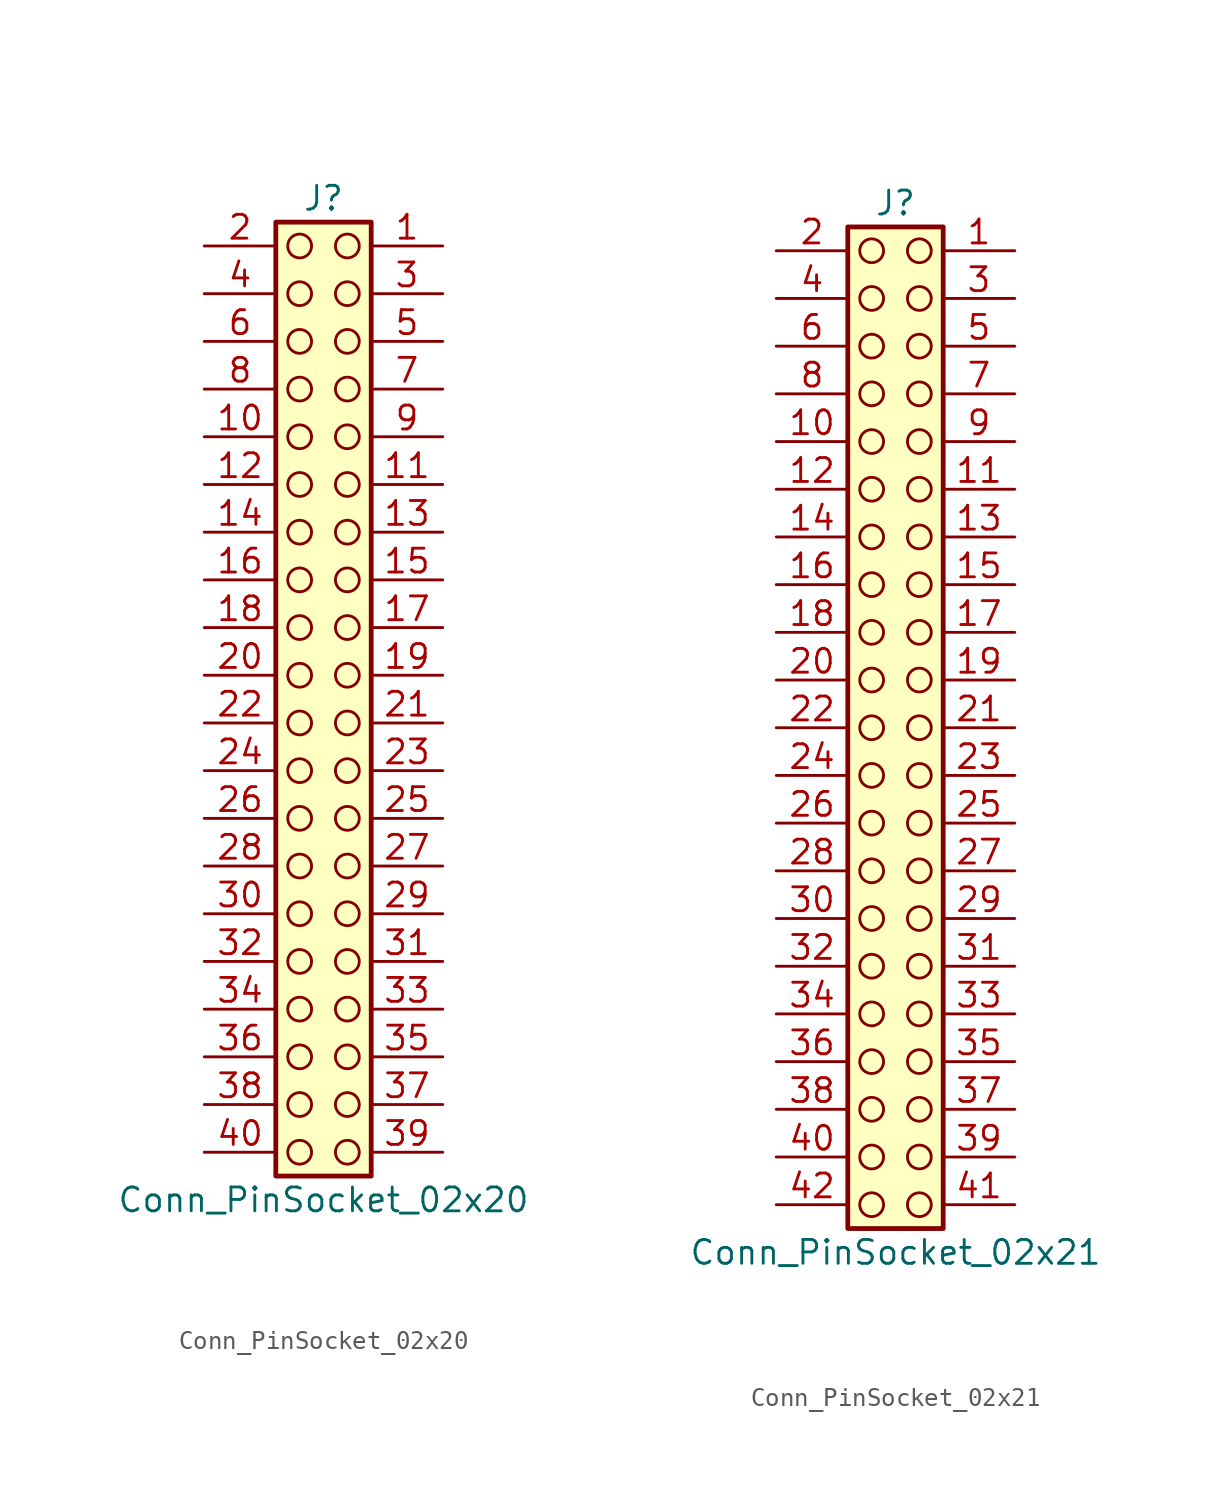
<source format=kicad_sym>
(kicad_symbol_lib
  (version 20241209)
  (generator "kicad_symbol_editor")
  (generator_version "9.0")
  (symbol "Conn_PinSocket_02x20"
    (pin_names
      (offset 1.016)
      (hide yes))
    (property "Reference" "J"
      (at 1.27 25.4 0)
      (effects (font (size 1.27 1.27))))
    (property "Value" "Conn_PinSocket_02x20"
      (at 1.27 -27.94 0)
      (effects (font (size 1.27 1.27))))
    (symbol "Conn_PinSocket_02x20_1_1"
      (rectangle (start -1.27 24.13) (end 3.81 -26.67) (stroke (width 0.254) (type default)) (fill (type background)))
      (circle (center 0 22.86) (radius 0.635) (stroke (width 0) (type solid) (color 132 0 0 1)) (fill (type none)))
      (circle (center 0 20.32) (radius 0.635) (stroke (width 0) (type solid) (color 132 0 0 1)) (fill (type none)))
      (circle (center 0 17.78) (radius 0.635) (stroke (width 0) (type solid) (color 132 0 0 1)) (fill (type none)))
      (circle (center 0 15.24) (radius 0.635) (stroke (width 0) (type solid) (color 132 0 0 1)) (fill (type none)))
      (circle (center 0 12.7) (radius 0.635) (stroke (width 0) (type solid) (color 132 0 0 1)) (fill (type none)))
      (circle (center 0 10.16) (radius 0.635) (stroke (width 0) (type solid) (color 132 0 0 1)) (fill (type none)))
      (circle (center 0 7.62) (radius 0.635) (stroke (width 0) (type solid) (color 132 0 0 1)) (fill (type none)))
      (circle (center 0 5.08) (radius 0.635) (stroke (width 0) (type solid) (color 132 0 0 1)) (fill (type none)))
      (circle (center 0 2.54) (radius 0.635) (stroke (width 0) (type solid) (color 132 0 0 1)) (fill (type none)))
      (circle (center 0 0) (radius 0.635) (stroke (width 0) (type solid) (color 132 0 0 1)) (fill (type none)))
      (circle (center 0 -2.54) (radius 0.635) (stroke (width 0) (type solid) (color 132 0 0 1)) (fill (type none)))
      (circle (center 0 -5.08) (radius 0.635) (stroke (width 0) (type solid) (color 132 0 0 1)) (fill (type none)))
      (circle (center 0 -7.62) (radius 0.635) (stroke (width 0) (type solid) (color 132 0 0 1)) (fill (type none)))
      (circle (center 0 -10.16) (radius 0.635) (stroke (width 0) (type solid) (color 132 0 0 1)) (fill (type none)))
      (circle (center 0 -12.7) (radius 0.635) (stroke (width 0) (type solid) (color 132 0 0 1)) (fill (type none)))
      (circle (center 0 -15.24) (radius 0.635) (stroke (width 0) (type solid) (color 132 0 0 1)) (fill (type none)))
      (circle (center 0 -17.78) (radius 0.635) (stroke (width 0) (type solid) (color 132 0 0 1)) (fill (type none)))
      (circle (center 0 -20.32) (radius 0.635) (stroke (width 0) (type solid) (color 132 0 0 1)) (fill (type none)))
      (circle (center 0 -22.86) (radius 0.635) (stroke (width 0) (type solid) (color 132 0 0 1)) (fill (type none)))
      (circle (center 0 -25.4) (radius 0.635) (stroke (width 0) (type solid) (color 132 0 0 1)) (fill (type none)))
      (circle (center 2.54 22.86) (radius 0.635) (stroke (width 0) (type solid) (color 132 0 0 1)) (fill (type none)))
      (circle (center 2.54 20.32) (radius 0.635) (stroke (width 0) (type solid) (color 132 0 0 1)) (fill (type none)))
      (circle (center 2.54 17.78) (radius 0.635) (stroke (width 0) (type solid) (color 132 0 0 1)) (fill (type none)))
      (circle (center 2.54 15.24) (radius 0.635) (stroke (width 0) (type solid) (color 132 0 0 1)) (fill (type none)))
      (circle (center 2.54 12.7) (radius 0.635) (stroke (width 0) (type solid) (color 132 0 0 1)) (fill (type none)))
      (circle (center 2.54 10.16) (radius 0.635) (stroke (width 0) (type solid) (color 132 0 0 1)) (fill (type none)))
      (circle (center 2.54 7.62) (radius 0.635) (stroke (width 0) (type solid) (color 132 0 0 1)) (fill (type none)))
      (circle (center 2.54 5.08) (radius 0.635) (stroke (width 0) (type solid) (color 132 0 0 1)) (fill (type none)))
      (circle (center 2.54 2.54) (radius 0.635) (stroke (width 0) (type solid) (color 132 0 0 1)) (fill (type none)))
      (circle (center 2.54 0) (radius 0.635) (stroke (width 0) (type solid) (color 132 0 0 1)) (fill (type none)))
      (circle (center 2.54 -2.54) (radius 0.635) (stroke (width 0) (type solid) (color 132 0 0 1)) (fill (type none)))
      (circle (center 2.54 -5.08) (radius 0.635) (stroke (width 0) (type solid) (color 132 0 0 1)) (fill (type none)))
      (circle (center 2.54 -7.62) (radius 0.635) (stroke (width 0) (type solid) (color 132 0 0 1)) (fill (type none)))
      (circle (center 2.54 -10.16) (radius 0.635) (stroke (width 0) (type solid) (color 132 0 0 1)) (fill (type none)))
      (circle (center 2.54 -12.7) (radius 0.635) (stroke (width 0) (type solid) (color 132 0 0 1)) (fill (type none)))
      (circle (center 2.54 -15.24) (radius 0.635) (stroke (width 0) (type solid) (color 132 0 0 1)) (fill (type none)))
      (circle (center 2.54 -17.78) (radius 0.635) (stroke (width 0) (type solid) (color 132 0 0 1)) (fill (type none)))
      (circle (center 2.54 -20.32) (radius 0.635) (stroke (width 0) (type solid) (color 132 0 0 1)) (fill (type none)))
      (circle (center 2.54 -22.86) (radius 0.635) (stroke (width 0) (type solid) (color 132 0 0 1)) (fill (type none)))
      (circle (center 2.54 -25.4) (radius 0.635) (stroke (width 0) (type solid) (color 132 0 0 1)) (fill (type none)))
      (pin passive line (at -5.08 22.86 0) (length 3.81) (name "Pin_2" (effects (font (size 1.27 1.27)))) (number "2" (effects (font (size 1.27 1.27)))))
      (pin passive line (at -5.08 20.32 0) (length 3.81) (name "Pin_4" (effects (font (size 1.27 1.27)))) (number "4" (effects (font (size 1.27 1.27)))))
      (pin passive line (at -5.08 17.78 0) (length 3.81) (name "Pin_6" (effects (font (size 1.27 1.27)))) (number "6" (effects (font (size 1.27 1.27)))))
      (pin passive line (at -5.08 15.24 0) (length 3.81) (name "Pin_8" (effects (font (size 1.27 1.27)))) (number "8" (effects (font (size 1.27 1.27)))))
      (pin passive line (at -5.08 12.7 0) (length 3.81) (name "Pin_10" (effects (font (size 1.27 1.27)))) (number "10" (effects (font (size 1.27 1.27)))))
      (pin passive line (at -5.08 10.16 0) (length 3.81) (name "Pin_12" (effects (font (size 1.27 1.27)))) (number "12" (effects (font (size 1.27 1.27)))))
      (pin passive line (at -5.08 7.62 0) (length 3.81) (name "Pin_14" (effects (font (size 1.27 1.27)))) (number "14" (effects (font (size 1.27 1.27)))))
      (pin passive line (at -5.08 5.08 0) (length 3.81) (name "Pin_16" (effects (font (size 1.27 1.27)))) (number "16" (effects (font (size 1.27 1.27)))))
      (pin passive line (at -5.08 2.54 0) (length 3.81) (name "Pin_18" (effects (font (size 1.27 1.27)))) (number "18" (effects (font (size 1.27 1.27)))))
      (pin passive line (at -5.08 0 0) (length 3.81) (name "Pin_20" (effects (font (size 1.27 1.27)))) (number "20" (effects (font (size 1.27 1.27)))))
      (pin passive line (at -5.08 -2.54 0) (length 3.81) (name "Pin_22" (effects (font (size 1.27 1.27)))) (number "22" (effects (font (size 1.27 1.27)))))
      (pin passive line (at -5.08 -5.08 0) (length 3.81) (name "Pin_24" (effects (font (size 1.27 1.27)))) (number "24" (effects (font (size 1.27 1.27)))))
      (pin passive line (at -5.08 -7.62 0) (length 3.81) (name "Pin_26" (effects (font (size 1.27 1.27)))) (number "26" (effects (font (size 1.27 1.27)))))
      (pin passive line (at -5.08 -10.16 0) (length 3.81) (name "Pin_28" (effects (font (size 1.27 1.27)))) (number "28" (effects (font (size 1.27 1.27)))))
      (pin passive line (at -5.08 -12.7 0) (length 3.81) (name "Pin_30" (effects (font (size 1.27 1.27)))) (number "30" (effects (font (size 1.27 1.27)))))
      (pin passive line (at -5.08 -15.24 0) (length 3.81) (name "Pin_32" (effects (font (size 1.27 1.27)))) (number "32" (effects (font (size 1.27 1.27)))))
      (pin passive line (at -5.08 -17.78 0) (length 3.81) (name "Pin_34" (effects (font (size 1.27 1.27)))) (number "34" (effects (font (size 1.27 1.27)))))
      (pin passive line (at -5.08 -20.32 0) (length 3.81) (name "Pin_36" (effects (font (size 1.27 1.27)))) (number "36" (effects (font (size 1.27 1.27)))))
      (pin passive line (at -5.08 -22.86 0) (length 3.81) (name "Pin_38" (effects (font (size 1.27 1.27)))) (number "38" (effects (font (size 1.27 1.27)))))
      (pin passive line (at -5.08 -25.4 0) (length 3.81) (name "Pin_40" (effects (font (size 1.27 1.27)))) (number "40" (effects (font (size 1.27 1.27)))))
      (pin passive line (at 7.62 22.86 180) (length 3.81) (name "Pin_1" (effects (font (size 1.27 1.27)))) (number "1" (effects (font (size 1.27 1.27)))))
      (pin passive line (at 7.62 20.32 180) (length 3.81) (name "Pin_3" (effects (font (size 1.27 1.27)))) (number "3" (effects (font (size 1.27 1.27)))))
      (pin passive line (at 7.62 17.78 180) (length 3.81) (name "Pin_5" (effects (font (size 1.27 1.27)))) (number "5" (effects (font (size 1.27 1.27)))))
      (pin passive line (at 7.62 15.24 180) (length 3.81) (name "Pin_7" (effects (font (size 1.27 1.27)))) (number "7" (effects (font (size 1.27 1.27)))))
      (pin passive line (at 7.62 12.7 180) (length 3.81) (name "Pin_9" (effects (font (size 1.27 1.27)))) (number "9" (effects (font (size 1.27 1.27)))))
      (pin passive line (at 7.62 10.16 180) (length 3.81) (name "Pin_11" (effects (font (size 1.27 1.27)))) (number "11" (effects (font (size 1.27 1.27)))))
      (pin passive line (at 7.62 7.62 180) (length 3.81) (name "Pin_13" (effects (font (size 1.27 1.27)))) (number "13" (effects (font (size 1.27 1.27)))))
      (pin passive line (at 7.62 5.08 180) (length 3.81) (name "Pin_15" (effects (font (size 1.27 1.27)))) (number "15" (effects (font (size 1.27 1.27)))))
      (pin passive line (at 7.62 2.54 180) (length 3.81) (name "Pin_17" (effects (font (size 1.27 1.27)))) (number "17" (effects (font (size 1.27 1.27)))))
      (pin passive line (at 7.62 0 180) (length 3.81) (name "Pin_19" (effects (font (size 1.27 1.27)))) (number "19" (effects (font (size 1.27 1.27)))))
      (pin passive line (at 7.62 -2.54 180) (length 3.81) (name "Pin_21" (effects (font (size 1.27 1.27)))) (number "21" (effects (font (size 1.27 1.27)))))
      (pin passive line (at 7.62 -5.08 180) (length 3.81) (name "Pin_23" (effects (font (size 1.27 1.27)))) (number "23" (effects (font (size 1.27 1.27)))))
      (pin passive line (at 7.62 -7.62 180) (length 3.81) (name "Pin_25" (effects (font (size 1.27 1.27)))) (number "25" (effects (font (size 1.27 1.27)))))
      (pin passive line (at 7.62 -10.16 180) (length 3.81) (name "Pin_27" (effects (font (size 1.27 1.27)))) (number "27" (effects (font (size 1.27 1.27)))))
      (pin passive line (at 7.62 -12.7 180) (length 3.81) (name "Pin_29" (effects (font (size 1.27 1.27)))) (number "29" (effects (font (size 1.27 1.27)))))
      (pin passive line (at 7.62 -15.24 180) (length 3.81) (name "Pin_31" (effects (font (size 1.27 1.27)))) (number "31" (effects (font (size 1.27 1.27)))))
      (pin passive line (at 7.62 -17.78 180) (length 3.81) (name "Pin_33" (effects (font (size 1.27 1.27)))) (number "33" (effects (font (size 1.27 1.27)))))
      (pin passive line (at 7.62 -20.32 180) (length 3.81) (name "Pin_35" (effects (font (size 1.27 1.27)))) (number "35" (effects (font (size 1.27 1.27)))))
      (pin passive line (at 7.62 -22.86 180) (length 3.81) (name "Pin_37" (effects (font (size 1.27 1.27)))) (number "37" (effects (font (size 1.27 1.27)))))
      (pin passive line (at 7.62 -25.4 180) (length 3.81) (name "Pin_39" (effects (font (size 1.27 1.27)))) (number "39" (effects (font (size 1.27 1.27)))))))
  (symbol "Conn_PinSocket_02x21"
    (pin_names
      (offset 1.016)
      (hide yes))
    (property "Reference" "J"
      (at 1.27 27.94 0)
      (effects (font (size 1.27 1.27))))
    (property "Value" "Conn_PinSocket_02x21"
      (at 1.27 -27.94 0)
      (effects (font (size 1.27 1.27))))
    (symbol "Conn_PinSocket_02x21_1_1"
      (rectangle (start -1.27 26.67) (end 3.81 -26.67) (stroke (width 0.254) (type default)) (fill (type background)))
      (circle (center 0 25.4) (radius 0.635) (stroke (width 0) (type solid) (color 132 0 0 1)) (fill (type none)))
      (circle (center 0 22.86) (radius 0.635) (stroke (width 0) (type solid) (color 132 0 0 1)) (fill (type none)))
      (circle (center 0 20.32) (radius 0.635) (stroke (width 0) (type solid) (color 132 0 0 1)) (fill (type none)))
      (circle (center 0 17.78) (radius 0.635) (stroke (width 0) (type solid) (color 132 0 0 1)) (fill (type none)))
      (circle (center 0 15.24) (radius 0.635) (stroke (width 0) (type solid) (color 132 0 0 1)) (fill (type none)))
      (circle (center 0 12.7) (radius 0.635) (stroke (width 0) (type solid) (color 132 0 0 1)) (fill (type none)))
      (circle (center 0 10.16) (radius 0.635) (stroke (width 0) (type solid) (color 132 0 0 1)) (fill (type none)))
      (circle (center 0 7.62) (radius 0.635) (stroke (width 0) (type solid) (color 132 0 0 1)) (fill (type none)))
      (circle (center 0 5.08) (radius 0.635) (stroke (width 0) (type solid) (color 132 0 0 1)) (fill (type none)))
      (circle (center 0 2.54) (radius 0.635) (stroke (width 0) (type solid) (color 132 0 0 1)) (fill (type none)))
      (circle (center 0 0) (radius 0.635) (stroke (width 0) (type solid) (color 132 0 0 1)) (fill (type none)))
      (circle (center 0 -2.54) (radius 0.635) (stroke (width 0) (type solid) (color 132 0 0 1)) (fill (type none)))
      (circle (center 0 -5.08) (radius 0.635) (stroke (width 0) (type solid) (color 132 0 0 1)) (fill (type none)))
      (circle (center 0 -7.62) (radius 0.635) (stroke (width 0) (type solid) (color 132 0 0 1)) (fill (type none)))
      (circle (center 0 -10.16) (radius 0.635) (stroke (width 0) (type solid) (color 132 0 0 1)) (fill (type none)))
      (circle (center 0 -12.7) (radius 0.635) (stroke (width 0) (type solid) (color 132 0 0 1)) (fill (type none)))
      (circle (center 0 -15.24) (radius 0.635) (stroke (width 0) (type solid) (color 132 0 0 1)) (fill (type none)))
      (circle (center 0 -17.78) (radius 0.635) (stroke (width 0) (type solid) (color 132 0 0 1)) (fill (type none)))
      (circle (center 0 -20.32) (radius 0.635) (stroke (width 0) (type solid) (color 132 0 0 1)) (fill (type none)))
      (circle (center 0 -22.86) (radius 0.635) (stroke (width 0) (type solid) (color 132 0 0 1)) (fill (type none)))
      (circle (center 0 -25.4) (radius 0.635) (stroke (width 0) (type solid) (color 132 0 0 1)) (fill (type none)))
      (circle (center 2.54 25.4) (radius 0.635) (stroke (width 0) (type solid) (color 132 0 0 1)) (fill (type none)))
      (circle (center 2.54 22.86) (radius 0.635) (stroke (width 0) (type solid) (color 132 0 0 1)) (fill (type none)))
      (circle (center 2.54 20.32) (radius 0.635) (stroke (width 0) (type solid) (color 132 0 0 1)) (fill (type none)))
      (circle (center 2.54 17.78) (radius 0.635) (stroke (width 0) (type solid) (color 132 0 0 1)) (fill (type none)))
      (circle (center 2.54 15.24) (radius 0.635) (stroke (width 0) (type solid) (color 132 0 0 1)) (fill (type none)))
      (circle (center 2.54 12.7) (radius 0.635) (stroke (width 0) (type solid) (color 132 0 0 1)) (fill (type none)))
      (circle (center 2.54 10.16) (radius 0.635) (stroke (width 0) (type solid) (color 132 0 0 1)) (fill (type none)))
      (circle (center 2.54 7.62) (radius 0.635) (stroke (width 0) (type solid) (color 132 0 0 1)) (fill (type none)))
      (circle (center 2.54 5.08) (radius 0.635) (stroke (width 0) (type solid) (color 132 0 0 1)) (fill (type none)))
      (circle (center 2.54 2.54) (radius 0.635) (stroke (width 0) (type solid) (color 132 0 0 1)) (fill (type none)))
      (circle (center 2.54 0) (radius 0.635) (stroke (width 0) (type solid) (color 132 0 0 1)) (fill (type none)))
      (circle (center 2.54 -2.54) (radius 0.635) (stroke (width 0) (type solid) (color 132 0 0 1)) (fill (type none)))
      (circle (center 2.54 -5.08) (radius 0.635) (stroke (width 0) (type solid) (color 132 0 0 1)) (fill (type none)))
      (circle (center 2.54 -7.62) (radius 0.635) (stroke (width 0) (type solid) (color 132 0 0 1)) (fill (type none)))
      (circle (center 2.54 -10.16) (radius 0.635) (stroke (width 0) (type solid) (color 132 0 0 1)) (fill (type none)))
      (circle (center 2.54 -12.7) (radius 0.635) (stroke (width 0) (type solid) (color 132 0 0 1)) (fill (type none)))
      (circle (center 2.54 -15.24) (radius 0.635) (stroke (width 0) (type solid) (color 132 0 0 1)) (fill (type none)))
      (circle (center 2.54 -17.78) (radius 0.635) (stroke (width 0) (type solid) (color 132 0 0 1)) (fill (type none)))
      (circle (center 2.54 -20.32) (radius 0.635) (stroke (width 0) (type solid) (color 132 0 0 1)) (fill (type none)))
      (circle (center 2.54 -22.86) (radius 0.635) (stroke (width 0) (type solid) (color 132 0 0 1)) (fill (type none)))
      (circle (center 2.54 -25.4) (radius 0.635) (stroke (width 0) (type solid) (color 132 0 0 1)) (fill (type none)))
      (pin passive line (at -5.08 25.4 0) (length 3.81) (name "Pin_2" (effects (font (size 1.27 1.27)))) (number "2" (effects (font (size 1.27 1.27)))))
      (pin passive line (at -5.08 22.86 0) (length 3.81) (name "Pin_4" (effects (font (size 1.27 1.27)))) (number "4" (effects (font (size 1.27 1.27)))))
      (pin passive line (at -5.08 20.32 0) (length 3.81) (name "Pin_6" (effects (font (size 1.27 1.27)))) (number "6" (effects (font (size 1.27 1.27)))))
      (pin passive line (at -5.08 17.78 0) (length 3.81) (name "Pin_8" (effects (font (size 1.27 1.27)))) (number "8" (effects (font (size 1.27 1.27)))))
      (pin passive line (at -5.08 15.24 0) (length 3.81) (name "Pin_10" (effects (font (size 1.27 1.27)))) (number "10" (effects (font (size 1.27 1.27)))))
      (pin passive line (at -5.08 12.7 0) (length 3.81) (name "Pin_12" (effects (font (size 1.27 1.27)))) (number "12" (effects (font (size 1.27 1.27)))))
      (pin passive line (at -5.08 10.16 0) (length 3.81) (name "Pin_14" (effects (font (size 1.27 1.27)))) (number "14" (effects (font (size 1.27 1.27)))))
      (pin passive line (at -5.08 7.62 0) (length 3.81) (name "Pin_16" (effects (font (size 1.27 1.27)))) (number "16" (effects (font (size 1.27 1.27)))))
      (pin passive line (at -5.08 5.08 0) (length 3.81) (name "Pin_18" (effects (font (size 1.27 1.27)))) (number "18" (effects (font (size 1.27 1.27)))))
      (pin passive line (at -5.08 2.54 0) (length 3.81) (name "Pin_20" (effects (font (size 1.27 1.27)))) (number "20" (effects (font (size 1.27 1.27)))))
      (pin passive line (at -5.08 0 0) (length 3.81) (name "Pin_22" (effects (font (size 1.27 1.27)))) (number "22" (effects (font (size 1.27 1.27)))))
      (pin passive line (at -5.08 -2.54 0) (length 3.81) (name "Pin_24" (effects (font (size 1.27 1.27)))) (number "24" (effects (font (size 1.27 1.27)))))
      (pin passive line (at -5.08 -5.08 0) (length 3.81) (name "Pin_26" (effects (font (size 1.27 1.27)))) (number "26" (effects (font (size 1.27 1.27)))))
      (pin passive line (at -5.08 -7.62 0) (length 3.81) (name "Pin_28" (effects (font (size 1.27 1.27)))) (number "28" (effects (font (size 1.27 1.27)))))
      (pin passive line (at -5.08 -10.16 0) (length 3.81) (name "Pin_30" (effects (font (size 1.27 1.27)))) (number "30" (effects (font (size 1.27 1.27)))))
      (pin passive line (at -5.08 -12.7 0) (length 3.81) (name "Pin_32" (effects (font (size 1.27 1.27)))) (number "32" (effects (font (size 1.27 1.27)))))
      (pin passive line (at -5.08 -15.24 0) (length 3.81) (name "Pin_34" (effects (font (size 1.27 1.27)))) (number "34" (effects (font (size 1.27 1.27)))))
      (pin passive line (at -5.08 -17.78 0) (length 3.81) (name "Pin_36" (effects (font (size 1.27 1.27)))) (number "36" (effects (font (size 1.27 1.27)))))
      (pin passive line (at -5.08 -20.32 0) (length 3.81) (name "Pin_38" (effects (font (size 1.27 1.27)))) (number "38" (effects (font (size 1.27 1.27)))))
      (pin passive line (at -5.08 -22.86 0) (length 3.81) (name "Pin_40" (effects (font (size 1.27 1.27)))) (number "40" (effects (font (size 1.27 1.27)))))
      (pin passive line (at -5.08 -25.4 0) (length 3.81) (name "Pin_42" (effects (font (size 1.27 1.27)))) (number "42" (effects (font (size 1.27 1.27)))))
      (pin passive line (at 7.62 25.4 180) (length 3.81) (name "Pin_1" (effects (font (size 1.27 1.27)))) (number "1" (effects (font (size 1.27 1.27)))))
      (pin passive line (at 7.62 22.86 180) (length 3.81) (name "Pin_3" (effects (font (size 1.27 1.27)))) (number "3" (effects (font (size 1.27 1.27)))))
      (pin passive line (at 7.62 20.32 180) (length 3.81) (name "Pin_5" (effects (font (size 1.27 1.27)))) (number "5" (effects (font (size 1.27 1.27)))))
      (pin passive line (at 7.62 17.78 180) (length 3.81) (name "Pin_7" (effects (font (size 1.27 1.27)))) (number "7" (effects (font (size 1.27 1.27)))))
      (pin passive line (at 7.62 15.24 180) (length 3.81) (name "Pin_9" (effects (font (size 1.27 1.27)))) (number "9" (effects (font (size 1.27 1.27)))))
      (pin passive line (at 7.62 12.7 180) (length 3.81) (name "Pin_11" (effects (font (size 1.27 1.27)))) (number "11" (effects (font (size 1.27 1.27)))))
      (pin passive line (at 7.62 10.16 180) (length 3.81) (name "Pin_13" (effects (font (size 1.27 1.27)))) (number "13" (effects (font (size 1.27 1.27)))))
      (pin passive line (at 7.62 7.62 180) (length 3.81) (name "Pin_15" (effects (font (size 1.27 1.27)))) (number "15" (effects (font (size 1.27 1.27)))))
      (pin passive line (at 7.62 5.08 180) (length 3.81) (name "Pin_17" (effects (font (size 1.27 1.27)))) (number "17" (effects (font (size 1.27 1.27)))))
      (pin passive line (at 7.62 2.54 180) (length 3.81) (name "Pin_19" (effects (font (size 1.27 1.27)))) (number "19" (effects (font (size 1.27 1.27)))))
      (pin passive line (at 7.62 0 180) (length 3.81) (name "Pin_21" (effects (font (size 1.27 1.27)))) (number "21" (effects (font (size 1.27 1.27)))))
      (pin passive line (at 7.62 -2.54 180) (length 3.81) (name "Pin_23" (effects (font (size 1.27 1.27)))) (number "23" (effects (font (size 1.27 1.27)))))
      (pin passive line (at 7.62 -5.08 180) (length 3.81) (name "Pin_25" (effects (font (size 1.27 1.27)))) (number "25" (effects (font (size 1.27 1.27)))))
      (pin passive line (at 7.62 -7.62 180) (length 3.81) (name "Pin_27" (effects (font (size 1.27 1.27)))) (number "27" (effects (font (size 1.27 1.27)))))
      (pin passive line (at 7.62 -10.16 180) (length 3.81) (name "Pin_29" (effects (font (size 1.27 1.27)))) (number "29" (effects (font (size 1.27 1.27)))))
      (pin passive line (at 7.62 -12.7 180) (length 3.81) (name "Pin_31" (effects (font (size 1.27 1.27)))) (number "31" (effects (font (size 1.27 1.27)))))
      (pin passive line (at 7.62 -15.24 180) (length 3.81) (name "Pin_33" (effects (font (size 1.27 1.27)))) (number "33" (effects (font (size 1.27 1.27)))))
      (pin passive line (at 7.62 -17.78 180) (length 3.81) (name "Pin_35" (effects (font (size 1.27 1.27)))) (number "35" (effects (font (size 1.27 1.27)))))
      (pin passive line (at 7.62 -20.32 180) (length 3.81) (name "Pin_37" (effects (font (size 1.27 1.27)))) (number "37" (effects (font (size 1.27 1.27)))))
      (pin passive line (at 7.62 -22.86 180) (length 3.81) (name "Pin_39" (effects (font (size 1.27 1.27)))) (number "39" (effects (font (size 1.27 1.27)))))
      (pin passive line (at 7.62 -25.4 180) (length 3.81) (name "Pin_41" (effects (font (size 1.27 1.27)))) (number "41" (effects (font (size 1.27 1.27))))))))
</source>
